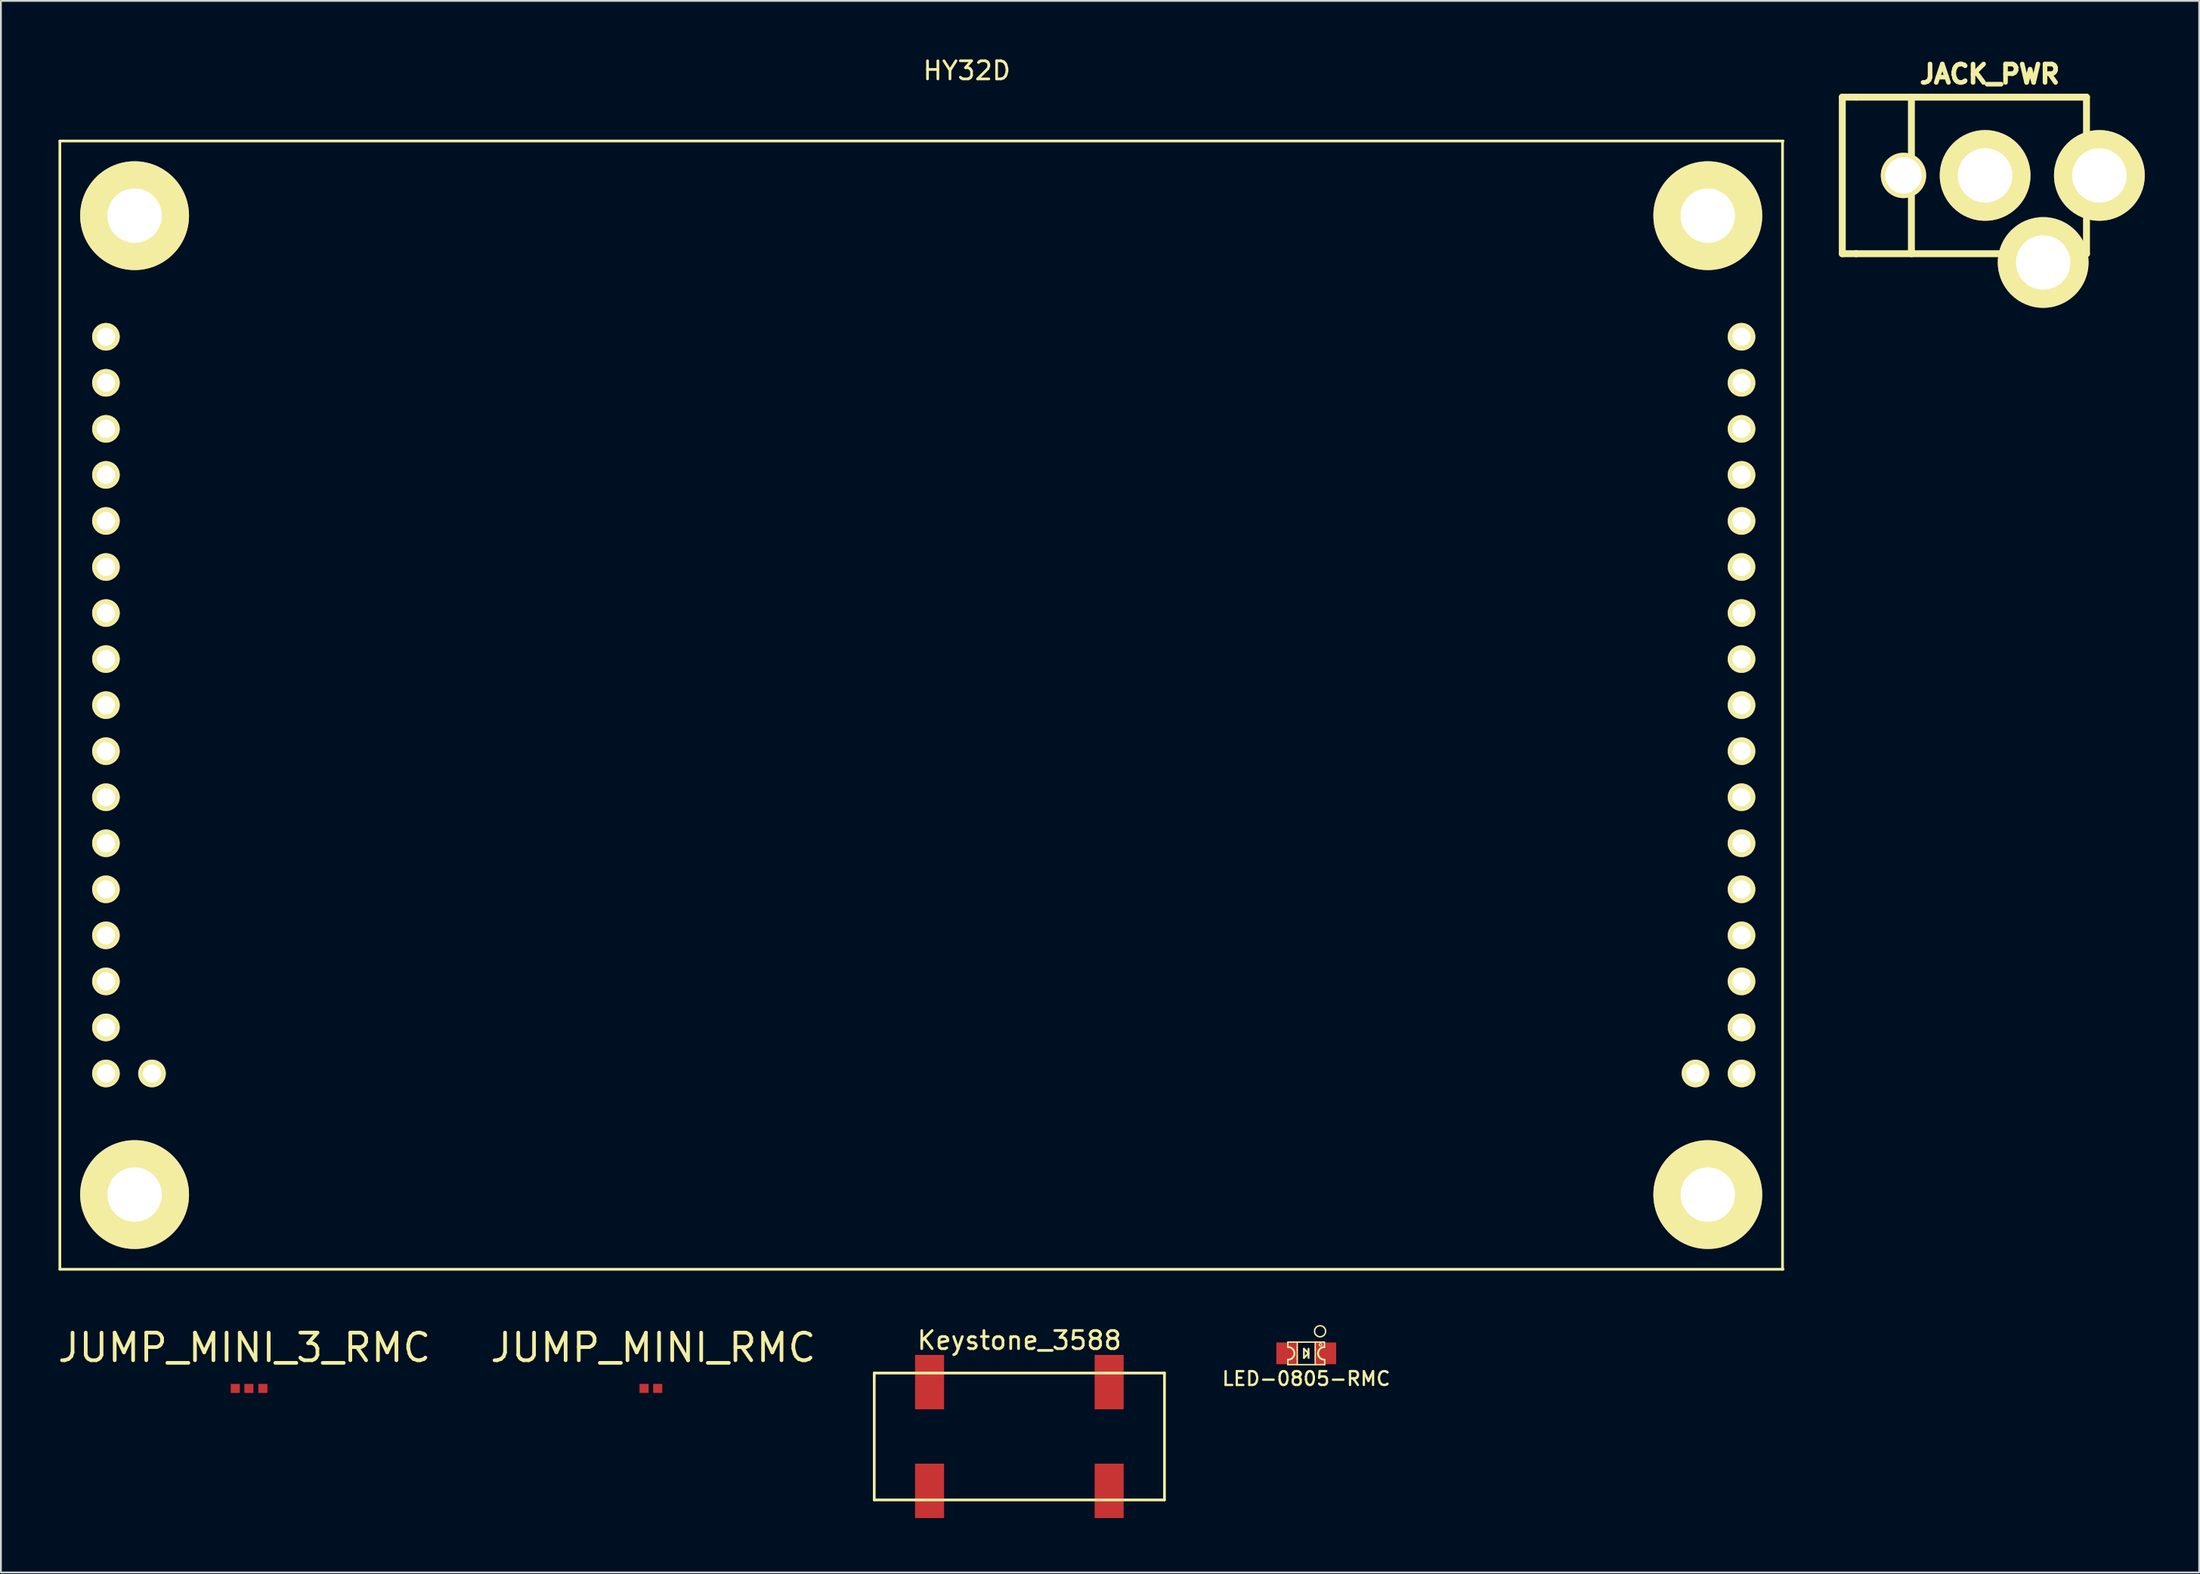
<source format=kicad_pcb>
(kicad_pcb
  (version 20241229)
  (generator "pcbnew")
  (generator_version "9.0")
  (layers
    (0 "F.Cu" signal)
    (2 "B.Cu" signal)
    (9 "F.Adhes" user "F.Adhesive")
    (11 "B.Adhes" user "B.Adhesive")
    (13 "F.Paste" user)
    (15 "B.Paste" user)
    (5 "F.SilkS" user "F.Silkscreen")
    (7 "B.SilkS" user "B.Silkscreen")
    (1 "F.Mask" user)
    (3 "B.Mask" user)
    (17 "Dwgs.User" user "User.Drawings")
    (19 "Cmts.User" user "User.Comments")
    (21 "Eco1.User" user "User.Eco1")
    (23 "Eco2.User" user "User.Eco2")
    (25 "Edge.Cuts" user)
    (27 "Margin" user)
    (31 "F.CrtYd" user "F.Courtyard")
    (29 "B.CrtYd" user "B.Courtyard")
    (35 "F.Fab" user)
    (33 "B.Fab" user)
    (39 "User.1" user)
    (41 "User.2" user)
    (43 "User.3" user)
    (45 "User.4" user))
  (footprint "LED-0805-RMC"
    (layer "F.Cu")
    (at 68.963 71.607)
    (property "Reference" "LED-0805-RMC" (at 0 1.397 0) (layer "F.SilkS") (effects (font (size 0.762 0.762) (thickness 0.127))))
    (attr smd)
    (fp_line (start -1.016 -0.622) (end -1.016 -0.343) (stroke (width 0.079) (type solid)) (layer "F.SilkS"))
    (fp_line (start -1.016 -0.622) (end 1.003 -0.622) (stroke (width 0.079) (type solid)) (layer "F.SilkS"))
    (fp_line (start -1.016 0.343) (end -1.016 0.622) (stroke (width 0.079) (type solid)) (layer "F.SilkS"))
    (fp_line (start -1.016 0.622) (end 1.016 0.622) (stroke (width 0.079) (type solid)) (layer "F.SilkS"))
    (fp_line (start -0.498 -0.625) (end -0.498 -0.3) (stroke (width 0.066) (type solid)) (layer "F.SilkS"))
    (fp_line (start -0.498 -0.323) (end -0.498 -0.173) (stroke (width 0.066) (type solid)) (layer "F.SilkS"))
    (fp_line (start -0.498 -0.198) (end -0.498 0.198) (stroke (width 0.066) (type solid)) (layer "F.SilkS"))
    (fp_line (start -0.498 0.173) (end -0.498 0.323) (stroke (width 0.066) (type solid)) (layer "F.SilkS"))
    (fp_line (start -0.498 0.3) (end -0.498 0.625) (stroke (width 0.066) (type solid)) (layer "F.SilkS"))
    (fp_line (start -0.127 -0.254) (end 0.127 0) (stroke (width 0.102) (type solid)) (layer "F.SilkS"))
    (fp_line (start -0.127 0.254) (end -0.127 -0.254) (stroke (width 0.102) (type solid)) (layer "F.SilkS"))
    (fp_line (start 0.127 -0.254) (end 0.127 0.254) (stroke (width 0.102) (type solid)) (layer "F.SilkS"))
    (fp_line (start 0.127 0) (end -0.127 0.254) (stroke (width 0.102) (type solid)) (layer "F.SilkS"))
    (fp_line (start 0.498 -0.599) (end 0.498 -0.3) (stroke (width 0.066) (type solid)) (layer "F.SilkS"))
    (fp_line (start 0.498 -0.323) (end 0.498 -0.173) (stroke (width 0.066) (type solid)) (layer "F.SilkS"))
    (fp_line (start 0.498 -0.198) (end 0.498 0.198) (stroke (width 0.066) (type solid)) (layer "F.SilkS"))
    (fp_line (start 0.498 0.173) (end 0.498 0.323) (stroke (width 0.066) (type solid)) (layer "F.SilkS"))
    (fp_line (start 0.498 0.3) (end 0.498 0.625) (stroke (width 0.066) (type solid)) (layer "F.SilkS"))
    (fp_line (start 1.003 -0.343) (end 1.003 -0.597) (stroke (width 0.079) (type solid)) (layer "F.SilkS"))
    (fp_line (start 1.016 0.343) (end 1.016 0.622) (stroke (width 0.079) (type solid)) (layer "F.SilkS"))
    (fp_arc (start -0.99822 -0.34798) (mid -0.65024 0) (end -0.99822 0.34798) (stroke (width 0.1016) (type solid)) (layer "F.SilkS"))
    (fp_arc (start 0.99822 0.34798) (mid 0.65024 0) (end 0.99822 -0.34798) (stroke (width 0.1016) (type solid)) (layer "F.SilkS"))
    (fp_circle (center 0.762 -1.219) (end 1.054 -1.13) (stroke (width 0.079) (type solid)) (fill no) (layer "F.SilkS"))
    (fp_circle (center 0.785 -0.475) (end 0.836 -0.526) (stroke (width 0.051) (type solid)) (fill no) (layer "F.SilkS"))
    (pad "1" smd rect (at -1.049 0) (size 1.199 1.199) (layers "F.Cu" "F.Mask" "F.Paste"))
    (pad "2" smd rect (at 1.049 0) (size 1.199 1.199) (layers "F.Cu" "F.Mask" "F.Paste")))
  (footprint "HY32D"
    (layer "F.Cu")
    (at 0.25 35.848)
    (property "Reference" "HY32D" (at 50 -35 0) (layer "F.SilkS") (effects (font (size 1 1) (thickness 0.15))))
    (attr through_hole)
    (fp_line (start 0 -31.12) (end 95 -31.12) (stroke (width 0.15) (type solid)) (layer "F.SilkS"))
    (fp_line (start 0 31.12) (end 0 -31.12) (stroke (width 0.15) (type solid)) (layer "F.SilkS"))
    (fp_line (start 94.97 -31.12) (end 94.97 31.12) (stroke (width 0.15) (type solid)) (layer "F.SilkS"))
    (fp_line (start 95 31.12) (end 0 31.12) (stroke (width 0.15) (type solid)) (layer "F.SilkS"))
    (pad "1" thru_hole circle (at 2.54 20.32) (size 1.52 1.52) (drill 1) (layers "*.Cu" "*.Mask" "F.SilkS"))
    (pad "2" thru_hole circle (at 2.54 17.78) (size 1.52 1.52) (drill 1) (layers "*.Cu" "*.Mask" "F.SilkS"))
    (pad "3" thru_hole circle (at 2.54 15.24) (size 1.52 1.52) (drill 1) (layers "*.Cu" "*.Mask" "F.SilkS"))
    (pad "4" thru_hole circle (at 2.54 12.7) (size 1.52 1.52) (drill 1) (layers "*.Cu" "*.Mask" "F.SilkS"))
    (pad "5" thru_hole circle (at 2.54 10.16) (size 1.52 1.52) (drill 1) (layers "*.Cu" "*.Mask" "F.SilkS"))
    (pad "6" thru_hole circle (at 2.54 7.62) (size 1.52 1.52) (drill 1) (layers "*.Cu" "*.Mask" "F.SilkS"))
    (pad "7" thru_hole circle (at 2.54 5.08) (size 1.52 1.52) (drill 1) (layers "*.Cu" "*.Mask" "F.SilkS"))
    (pad "8" thru_hole circle (at 2.54 2.54) (size 1.52 1.52) (drill 1) (layers "*.Cu" "*.Mask" "F.SilkS"))
    (pad "9" thru_hole circle (at 2.54 0) (size 1.52 1.52) (drill 1) (layers "*.Cu" "*.Mask" "F.SilkS"))
    (pad "10" thru_hole circle (at 2.54 -2.54) (size 1.52 1.52) (drill 1) (layers "*.Cu" "*.Mask" "F.SilkS"))
    (pad "11" thru_hole circle (at 2.54 -5.08) (size 1.52 1.52) (drill 1) (layers "*.Cu" "*.Mask" "F.SilkS"))
    (pad "12" thru_hole circle (at 2.54 -7.62) (size 1.52 1.52) (drill 1) (layers "*.Cu" "*.Mask" "F.SilkS"))
    (pad "13" thru_hole circle (at 2.54 -10.16) (size 1.52 1.52) (drill 1) (layers "*.Cu" "*.Mask" "F.SilkS"))
    (pad "14" thru_hole circle (at 2.54 -12.7) (size 1.52 1.52) (drill 1) (layers "*.Cu" "*.Mask" "F.SilkS"))
    (pad "15" thru_hole circle (at 2.54 -15.24) (size 1.52 1.52) (drill 1) (layers "*.Cu" "*.Mask" "F.SilkS"))
    (pad "16" thru_hole circle (at 2.54 -17.78) (size 1.52 1.52) (drill 1) (layers "*.Cu" "*.Mask" "F.SilkS"))
    (pad "17" thru_hole circle (at 2.54 -20.32) (size 1.52 1.52) (drill 1) (layers "*.Cu" "*.Mask" "F.SilkS"))
    (pad "20" thru_hole circle (at 4.12 27) (size 6 6) (drill 3) (layers "*.Cu" "*.Mask" "F.SilkS"))
    (pad "21" thru_hole circle (at 4.12 -27) (size 6 6) (drill 3) (layers "*.Cu" "*.Mask" "F.SilkS"))
    (pad "22" thru_hole circle (at 5.08 20.32) (size 1.52 1.52) (drill 1) (layers "*.Cu" "*.Mask" "F.SilkS"))
    (pad "24" thru_hole circle (at 90.17 20.32) (size 1.52 1.52) (drill 1) (layers "*.Cu" "*.Mask" "F.SilkS"))
    (pad "25" thru_hole circle (at 92.71 20.32) (size 1.52 1.52) (drill 1) (layers "*.Cu" "*.Mask" "F.SilkS"))
    (pad "26" thru_hole circle (at 90.85 27) (size 6 6) (drill 3) (layers "*.Cu" "*.Mask" "F.SilkS"))
    (pad "28" thru_hole circle (at 92.71 17.78) (size 1.52 1.52) (drill 1) (layers "*.Cu" "*.Mask" "F.SilkS"))
    (pad "29" thru_hole circle (at 92.71 15.24) (size 1.52 1.52) (drill 1) (layers "*.Cu" "*.Mask" "F.SilkS"))
    (pad "30" thru_hole circle (at 92.71 12.7) (size 1.52 1.52) (drill 1) (layers "*.Cu" "*.Mask" "F.SilkS"))
    (pad "31" thru_hole circle (at 92.71 10.16) (size 1.52 1.52) (drill 1) (layers "*.Cu" "*.Mask" "F.SilkS"))
    (pad "32" thru_hole circle (at 92.71 7.62) (size 1.52 1.52) (drill 1) (layers "*.Cu" "*.Mask" "F.SilkS"))
    (pad "33" thru_hole circle (at 92.71 5.08) (size 1.52 1.52) (drill 1) (layers "*.Cu" "*.Mask" "F.SilkS"))
    (pad "34" thru_hole circle (at 92.71 2.54) (size 1.52 1.52) (drill 1) (layers "*.Cu" "*.Mask" "F.SilkS"))
    (pad "35" thru_hole circle (at 92.71 0) (size 1.52 1.52) (drill 1) (layers "*.Cu" "*.Mask" "F.SilkS"))
    (pad "36" thru_hole circle (at 92.71 -2.54) (size 1.52 1.52) (drill 1) (layers "*.Cu" "*.Mask" "F.SilkS"))
    (pad "37" thru_hole circle (at 92.71 -5.08) (size 1.52 1.52) (drill 1) (layers "*.Cu" "*.Mask" "F.SilkS"))
    (pad "38" thru_hole circle (at 92.71 -7.62) (size 1.52 1.52) (drill 1) (layers "*.Cu" "*.Mask" "F.SilkS"))
    (pad "39" thru_hole circle (at 92.71 -10.16) (size 1.52 1.52) (drill 1) (layers "*.Cu" "*.Mask" "F.SilkS"))
    (pad "40" thru_hole circle (at 92.71 -12.7) (size 1.52 1.52) (drill 1) (layers "*.Cu" "*.Mask" "F.SilkS"))
    (pad "41" thru_hole circle (at 92.71 -15.24) (size 1.52 1.52) (drill 1) (layers "*.Cu" "*.Mask" "F.SilkS"))
    (pad "43" thru_hole circle (at 92.71 -17.78) (size 1.52 1.52) (drill 1) (layers "*.Cu" "*.Mask" "F.SilkS"))
    (pad "44" thru_hole circle (at 92.71 -20.32) (size 1.52 1.52) (drill 1) (layers "*.Cu" "*.Mask" "F.SilkS"))
    (pad "45" thru_hole circle (at 90.85 -27) (size 6 6) (drill 3) (layers "*.Cu" "*.Mask" "F.SilkS")))
  (footprint "Keystone_3588"
    (layer "F.Cu")
    (at 53.147 76.192)
    (property "Reference" "Keystone_3588" (at 0 -5.3 0) (layer "F.SilkS") (effects (font (size 1 1) (thickness 0.15))))
    (attr through_hole)
    (fp_line (start -8 -3.5) (end 8 -3.5) (stroke (width 0.15) (type solid)) (layer "F.SilkS"))
    (fp_line (start -8 3.5) (end -8 -3.5) (stroke (width 0.15) (type solid)) (layer "F.SilkS"))
    (fp_line (start 8 -3.5) (end 8 3.5) (stroke (width 0.15) (type solid)) (layer "F.SilkS"))
    (fp_line (start 8 3.5) (end -8 3.5) (stroke (width 0.15) (type solid)) (layer "F.SilkS"))
    (pad "1" smd rect (at -4.95 -3) (size 1.6 3) (layers "F.Cu" "F.Mask" "F.Paste"))
    (pad "1" smd rect (at -4.95 3) (size 1.6 3) (layers "F.Cu" "F.Mask" "F.Paste"))
    (pad "2" smd rect (at 4.95 -3) (size 1.6 3) (layers "F.Cu" "F.Mask" "F.Paste"))
    (pad "2" smd rect (at 4.95 3) (size 1.6 3) (layers "F.Cu" "F.Mask" "F.Paste")))
  (footprint "JUMP_MINI_3_RMC"
    (layer "F.Cu")
    (at 10.172 73.542)
    (property "Reference" "JUMP_MINI_3_RMC" (at 0.249 -2.25 0) (layer "F.SilkS") (effects (font (size 1.524 1.524) (thickness 0.203))))
    (attr through_hole)
    (pad "1" smd rect (at -0.251 0) (size 0.5 0.5) (layers "F.Cu" "F.Mask" "F.Paste"))
    (pad "2" smd rect (at 0.5 0) (size 0.5 0.5) (layers "F.Cu" "F.Mask" "F.Paste"))
    (pad "3" smd rect (at 1.27 0) (size 0.5 0.5) (layers "F.Cu" "F.Mask" "F.Paste")))
  (footprint "JUMP_MINI_RMC"
    (layer "F.Cu")
    (at 32.709 73.542)
    (property "Reference" "JUMP_MINI_RMC" (at 0.249 -2.25 0) (layer "F.SilkS") (effects (font (size 1.524 1.524) (thickness 0.203))))
    (attr through_hole)
    (pad "1" smd rect (at -0.251 0) (size 0.5 0.5) (layers "F.Cu" "F.Mask" "F.Paste"))
    (pad "2" smd rect (at 0.5 0) (size 0.5 0.5) (layers "F.Cu" "F.Mask" "F.Paste")))
  (footprint "JACK_PWR"
    (layer "F.Cu")
    (at 106.389 6.628)
    (property "Reference" "JACK_PWR" (at 0.254 -5.588 0) (layer "F.SilkS") (effects (font (size 1.016 1.016) (thickness 0.305))))
    (attr through_hole)
    (fp_line (start -7.874 -4.318) (end -7.874 4.318) (stroke (width 0.381) (type solid)) (layer "F.SilkS"))
    (fp_line (start -7.874 4.318) (end -7.112 4.318) (stroke (width 0.381) (type solid)) (layer "F.SilkS"))
    (fp_line (start -7.112 -4.318) (end -7.874 -4.318) (stroke (width 0.381) (type solid)) (layer "F.SilkS"))
    (fp_line (start -7.112 -4.318) (end 5.588 -4.318) (stroke (width 0.381) (type solid)) (layer "F.SilkS"))
    (fp_line (start -7.112 4.318) (end 5.588 4.318) (stroke (width 0.381) (type solid)) (layer "F.SilkS"))
    (fp_line (start -4.064 -4.318) (end -4.064 4.318) (stroke (width 0.381) (type solid)) (layer "F.SilkS"))
    (fp_line (start 5.588 -4.318) (end 5.588 4.318) (stroke (width 0.381) (type solid)) (layer "F.SilkS"))
    (pad "0" thru_hole circle (at -4.501 0) (size 2.499 2.499) (drill 1.999) (layers "*.Cu" "*.Mask" "F.SilkS"))
    (pad "1" thru_hole circle (at 6.299 0) (size 5.001 5.001) (drill 3) (layers "*.Cu" "*.Mask" "F.SilkS"))
    (pad "2" thru_hole circle (at 0 0) (size 5.001 5.001) (drill 3) (layers "*.Cu" "*.Mask" "F.SilkS"))
    (pad "3" thru_hole circle (at 3.2 4.801) (size 5.001 5.001) (drill 3) (layers "*.Cu" "*.Mask" "F.SilkS")))
  (gr_rect
    (start -3 -3)
    (end 118.189 83.692)
    (stroke (width 0.1) (type default))
    (fill no)
    (layer "Edge.Cuts")))
</source>
